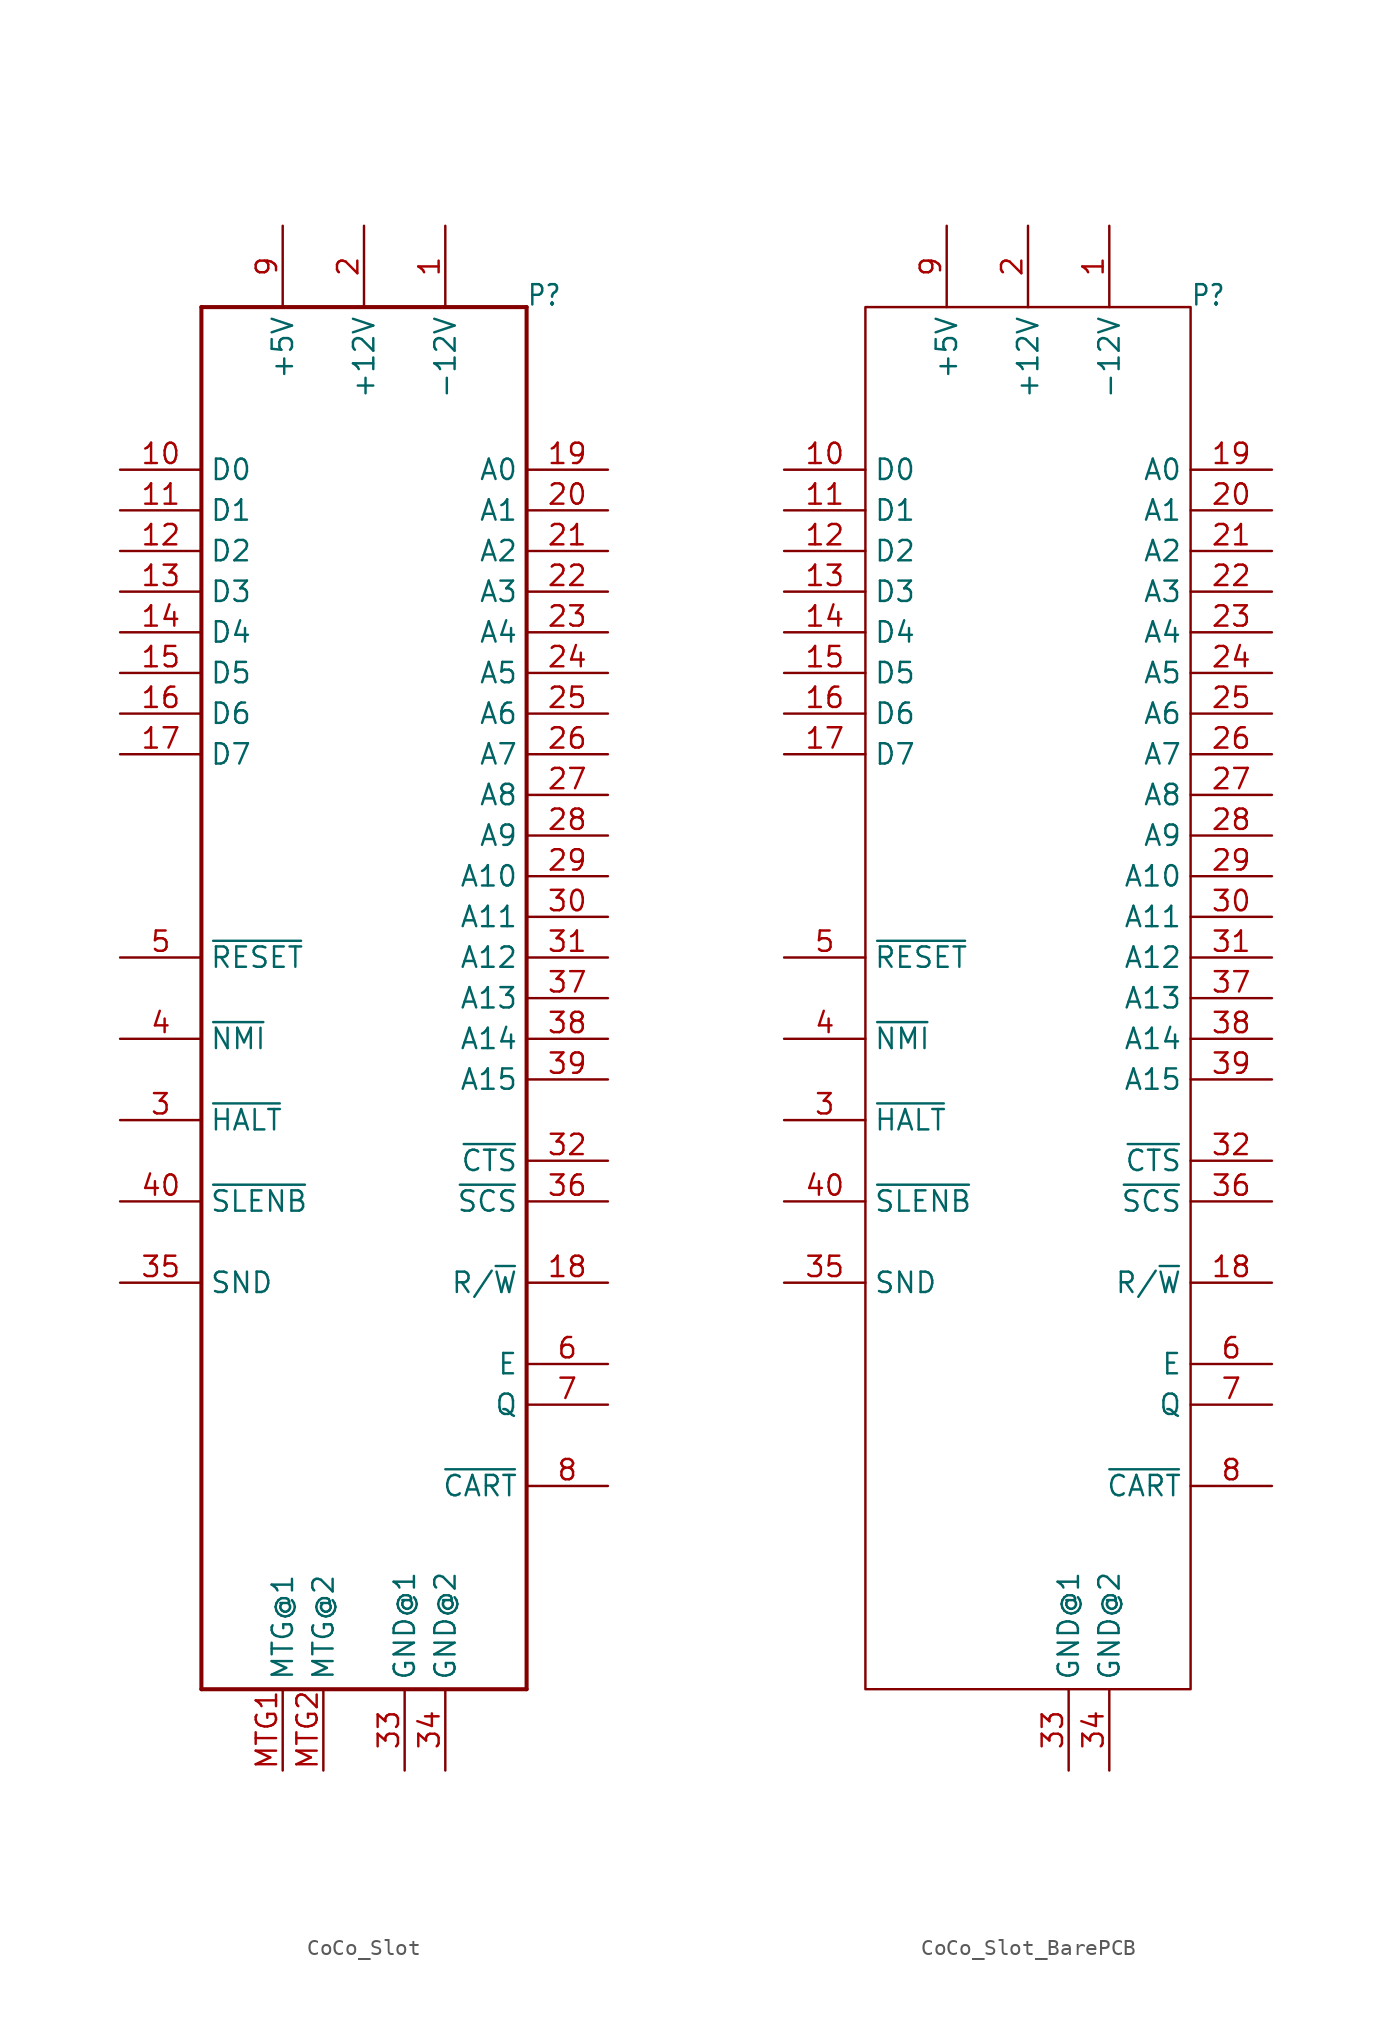
<source format=kicad_sym>
(kicad_symbol_lib
  (version 20211014)
  (generator kicad_symbol_editor)
  (symbol "CoCo_Slot"
    (property "Reference" "P"
      (at 10.16 40.64 0)
      (effects (font (size 1.27 1.079)) (justify left bottom)))
    (property "ki_locked" ""
      (at 0 0 0)
      (effects (font (size 1.27 1.27))))
    (symbol "CoCo_Slot_1_0"
      (polyline (pts (xy -10.16 -45.72) (xy -10.16 40.64)) (stroke (width 0.254) (type default) (color 0 0 0 0)) (fill (type none)))
      (polyline (pts (xy -10.16 40.64) (xy 10.16 40.64)) (stroke (width 0.254) (type default) (color 0 0 0 0)) (fill (type none)))
      (polyline (pts (xy 10.16 -45.72) (xy -10.16 -45.72)) (stroke (width 0.254) (type default) (color 0 0 0 0)) (fill (type none)))
      (polyline (pts (xy 10.16 40.64) (xy 10.16 -45.72)) (stroke (width 0.254) (type default) (color 0 0 0 0)) (fill (type none)))
      (pin passive line (at 5.08 45.72 270) (length 5.08) (name "-12V" (effects (font (size 1.27 1.27)))) (number "1" (effects (font (size 1.27 1.27)))))
      (pin bidirectional line (at -15.24 30.48 0) (length 5.08) (name "D0" (effects (font (size 1.27 1.27)))) (number "10" (effects (font (size 1.27 1.27)))))
      (pin bidirectional line (at -15.24 27.94 0) (length 5.08) (name "D1" (effects (font (size 1.27 1.27)))) (number "11" (effects (font (size 1.27 1.27)))))
      (pin bidirectional line (at -15.24 25.4 0) (length 5.08) (name "D2" (effects (font (size 1.27 1.27)))) (number "12" (effects (font (size 1.27 1.27)))))
      (pin bidirectional line (at -15.24 22.86 0) (length 5.08) (name "D3" (effects (font (size 1.27 1.27)))) (number "13" (effects (font (size 1.27 1.27)))))
      (pin bidirectional line (at -15.24 20.32 0) (length 5.08) (name "D4" (effects (font (size 1.27 1.27)))) (number "14" (effects (font (size 1.27 1.27)))))
      (pin bidirectional line (at -15.24 17.78 0) (length 5.08) (name "D5" (effects (font (size 1.27 1.27)))) (number "15" (effects (font (size 1.27 1.27)))))
      (pin bidirectional line (at -15.24 15.24 0) (length 5.08) (name "D6" (effects (font (size 1.27 1.27)))) (number "16" (effects (font (size 1.27 1.27)))))
      (pin bidirectional line (at -15.24 12.7 0) (length 5.08) (name "D7" (effects (font (size 1.27 1.27)))) (number "17" (effects (font (size 1.27 1.27)))))
      (pin output line (at 15.24 -20.32 180) (length 5.08) (name "R/~{W}" (effects (font (size 1.27 1.27)))) (number "18" (effects (font (size 1.27 1.27)))))
      (pin output line (at 15.24 30.48 180) (length 5.08) (name "A0" (effects (font (size 1.27 1.27)))) (number "19" (effects (font (size 1.27 1.27)))))
      (pin passive line (at 0 45.72 270) (length 5.08) (name "+12V" (effects (font (size 1.27 1.27)))) (number "2" (effects (font (size 1.27 1.27)))))
      (pin output line (at 15.24 27.94 180) (length 5.08) (name "A1" (effects (font (size 1.27 1.27)))) (number "20" (effects (font (size 1.27 1.27)))))
      (pin output line (at 15.24 25.4 180) (length 5.08) (name "A2" (effects (font (size 1.27 1.27)))) (number "21" (effects (font (size 1.27 1.27)))))
      (pin output line (at 15.24 22.86 180) (length 5.08) (name "A3" (effects (font (size 1.27 1.27)))) (number "22" (effects (font (size 1.27 1.27)))))
      (pin output line (at 15.24 20.32 180) (length 5.08) (name "A4" (effects (font (size 1.27 1.27)))) (number "23" (effects (font (size 1.27 1.27)))))
      (pin output line (at 15.24 17.78 180) (length 5.08) (name "A5" (effects (font (size 1.27 1.27)))) (number "24" (effects (font (size 1.27 1.27)))))
      (pin output line (at 15.24 15.24 180) (length 5.08) (name "A6" (effects (font (size 1.27 1.27)))) (number "25" (effects (font (size 1.27 1.27)))))
      (pin output line (at 15.24 12.7 180) (length 5.08) (name "A7" (effects (font (size 1.27 1.27)))) (number "26" (effects (font (size 1.27 1.27)))))
      (pin output line (at 15.24 10.16 180) (length 5.08) (name "A8" (effects (font (size 1.27 1.27)))) (number "27" (effects (font (size 1.27 1.27)))))
      (pin output line (at 15.24 7.62 180) (length 5.08) (name "A9" (effects (font (size 1.27 1.27)))) (number "28" (effects (font (size 1.27 1.27)))))
      (pin output line (at 15.24 5.08 180) (length 5.08) (name "A10" (effects (font (size 1.27 1.27)))) (number "29" (effects (font (size 1.27 1.27)))))
      (pin bidirectional line (at -15.24 -10.16 0) (length 5.08) (name "~{HALT}" (effects (font (size 1.27 1.27)))) (number "3" (effects (font (size 1.27 1.27)))))
      (pin output line (at 15.24 2.54 180) (length 5.08) (name "A11" (effects (font (size 1.27 1.27)))) (number "30" (effects (font (size 1.27 1.27)))))
      (pin output line (at 15.24 0 180) (length 5.08) (name "A12" (effects (font (size 1.27 1.27)))) (number "31" (effects (font (size 1.27 1.27)))))
      (pin output line (at 15.24 -12.7 180) (length 5.08) (name "~{CTS}" (effects (font (size 1.27 1.27)))) (number "32" (effects (font (size 1.27 1.27)))))
      (pin passive line (at 2.54 -50.8 90) (length 5.08) (name "GND@1" (effects (font (size 1.27 1.27)))) (number "33" (effects (font (size 1.27 1.27)))))
      (pin passive line (at 5.08 -50.8 90) (length 5.08) (name "GND@2" (effects (font (size 1.27 1.27)))) (number "34" (effects (font (size 1.27 1.27)))))
      (pin bidirectional line (at -15.24 -20.32 0) (length 5.08) (name "SND" (effects (font (size 1.27 1.27)))) (number "35" (effects (font (size 1.27 1.27)))))
      (pin output line (at 15.24 -15.24 180) (length 5.08) (name "~{SCS}" (effects (font (size 1.27 1.27)))) (number "36" (effects (font (size 1.27 1.27)))))
      (pin output line (at 15.24 -2.54 180) (length 5.08) (name "A13" (effects (font (size 1.27 1.27)))) (number "37" (effects (font (size 1.27 1.27)))))
      (pin output line (at 15.24 -5.08 180) (length 5.08) (name "A14" (effects (font (size 1.27 1.27)))) (number "38" (effects (font (size 1.27 1.27)))))
      (pin output line (at 15.24 -7.62 180) (length 5.08) (name "A15" (effects (font (size 1.27 1.27)))) (number "39" (effects (font (size 1.27 1.27)))))
      (pin bidirectional line (at -15.24 -5.08 0) (length 5.08) (name "~{NMI}" (effects (font (size 1.27 1.27)))) (number "4" (effects (font (size 1.27 1.27)))))
      (pin input line (at -15.24 -15.24 0) (length 5.08) (name "~{SLENB}" (effects (font (size 1.27 1.27)))) (number "40" (effects (font (size 1.27 1.27)))))
      (pin bidirectional line (at -15.24 0 0) (length 5.08) (name "~{RESET}" (effects (font (size 1.27 1.27)))) (number "5" (effects (font (size 1.27 1.27)))))
      (pin output line (at 15.24 -25.4 180) (length 5.08) (name "E" (effects (font (size 1.27 1.27)))) (number "6" (effects (font (size 1.27 1.27)))))
      (pin output line (at 15.24 -27.94 180) (length 5.08) (name "Q" (effects (font (size 1.27 1.27)))) (number "7" (effects (font (size 1.27 1.27)))))
      (pin input line (at 15.24 -33.02 180) (length 5.08) (name "~{CART}" (effects (font (size 1.27 1.27)))) (number "8" (effects (font (size 1.27 1.27)))))
      (pin passive line (at -5.08 45.72 270) (length 5.08) (name "+5V" (effects (font (size 1.27 1.27)))) (number "9" (effects (font (size 1.27 1.27)))))
      (pin passive line (at -5.08 -50.8 90) (length 5.08) (name "MTG@1" (effects (font (size 1.27 1.27)))) (number "MTG1" (effects (font (size 1.27 1.27)))))
      (pin passive line (at -2.54 -50.8 90) (length 5.08) (name "MTG@2" (effects (font (size 1.27 1.27)))) (number "MTG2" (effects (font (size 1.27 1.27)))))))
  (symbol "CoCo_Slot_BarePCB"
    (property "Reference" "P"
      (at 10.16 40.64 0)
      (effects (font (size 1.27 1.079)) (justify left bottom)))
    (property "ki_locked" ""
      (at 0 0 0)
      (effects (font (size 1.27 1.27))))
    (symbol "CoCo_Slot_BarePCB_1_0"
      (rectangle (start -10.16 40.64) (end 10.16 -45.72) (stroke (width 0) (type default) (color 0 0 0 0)) (fill (type none)))
      (pin passive line (at 5.08 45.72 270) (length 5.08) (name "-12V" (effects (font (size 1.27 1.27)))) (number "1" (effects (font (size 1.27 1.27)))))
      (pin bidirectional line (at -15.24 30.48 0) (length 5.08) (name "D0" (effects (font (size 1.27 1.27)))) (number "10" (effects (font (size 1.27 1.27)))))
      (pin bidirectional line (at -15.24 27.94 0) (length 5.08) (name "D1" (effects (font (size 1.27 1.27)))) (number "11" (effects (font (size 1.27 1.27)))))
      (pin bidirectional line (at -15.24 25.4 0) (length 5.08) (name "D2" (effects (font (size 1.27 1.27)))) (number "12" (effects (font (size 1.27 1.27)))))
      (pin bidirectional line (at -15.24 22.86 0) (length 5.08) (name "D3" (effects (font (size 1.27 1.27)))) (number "13" (effects (font (size 1.27 1.27)))))
      (pin bidirectional line (at -15.24 20.32 0) (length 5.08) (name "D4" (effects (font (size 1.27 1.27)))) (number "14" (effects (font (size 1.27 1.27)))))
      (pin bidirectional line (at -15.24 17.78 0) (length 5.08) (name "D5" (effects (font (size 1.27 1.27)))) (number "15" (effects (font (size 1.27 1.27)))))
      (pin bidirectional line (at -15.24 15.24 0) (length 5.08) (name "D6" (effects (font (size 1.27 1.27)))) (number "16" (effects (font (size 1.27 1.27)))))
      (pin bidirectional line (at -15.24 12.7 0) (length 5.08) (name "D7" (effects (font (size 1.27 1.27)))) (number "17" (effects (font (size 1.27 1.27)))))
      (pin output line (at 15.24 -20.32 180) (length 5.08) (name "R/~{W}" (effects (font (size 1.27 1.27)))) (number "18" (effects (font (size 1.27 1.27)))))
      (pin output line (at 15.24 30.48 180) (length 5.08) (name "A0" (effects (font (size 1.27 1.27)))) (number "19" (effects (font (size 1.27 1.27)))))
      (pin passive line (at 0 45.72 270) (length 5.08) (name "+12V" (effects (font (size 1.27 1.27)))) (number "2" (effects (font (size 1.27 1.27)))))
      (pin output line (at 15.24 27.94 180) (length 5.08) (name "A1" (effects (font (size 1.27 1.27)))) (number "20" (effects (font (size 1.27 1.27)))))
      (pin output line (at 15.24 25.4 180) (length 5.08) (name "A2" (effects (font (size 1.27 1.27)))) (number "21" (effects (font (size 1.27 1.27)))))
      (pin output line (at 15.24 22.86 180) (length 5.08) (name "A3" (effects (font (size 1.27 1.27)))) (number "22" (effects (font (size 1.27 1.27)))))
      (pin output line (at 15.24 20.32 180) (length 5.08) (name "A4" (effects (font (size 1.27 1.27)))) (number "23" (effects (font (size 1.27 1.27)))))
      (pin output line (at 15.24 17.78 180) (length 5.08) (name "A5" (effects (font (size 1.27 1.27)))) (number "24" (effects (font (size 1.27 1.27)))))
      (pin output line (at 15.24 15.24 180) (length 5.08) (name "A6" (effects (font (size 1.27 1.27)))) (number "25" (effects (font (size 1.27 1.27)))))
      (pin output line (at 15.24 12.7 180) (length 5.08) (name "A7" (effects (font (size 1.27 1.27)))) (number "26" (effects (font (size 1.27 1.27)))))
      (pin output line (at 15.24 10.16 180) (length 5.08) (name "A8" (effects (font (size 1.27 1.27)))) (number "27" (effects (font (size 1.27 1.27)))))
      (pin output line (at 15.24 7.62 180) (length 5.08) (name "A9" (effects (font (size 1.27 1.27)))) (number "28" (effects (font (size 1.27 1.27)))))
      (pin output line (at 15.24 5.08 180) (length 5.08) (name "A10" (effects (font (size 1.27 1.27)))) (number "29" (effects (font (size 1.27 1.27)))))
      (pin bidirectional line (at -15.24 -10.16 0) (length 5.08) (name "~{HALT}" (effects (font (size 1.27 1.27)))) (number "3" (effects (font (size 1.27 1.27)))))
      (pin output line (at 15.24 2.54 180) (length 5.08) (name "A11" (effects (font (size 1.27 1.27)))) (number "30" (effects (font (size 1.27 1.27)))))
      (pin output line (at 15.24 0 180) (length 5.08) (name "A12" (effects (font (size 1.27 1.27)))) (number "31" (effects (font (size 1.27 1.27)))))
      (pin output line (at 15.24 -12.7 180) (length 5.08) (name "~{CTS}" (effects (font (size 1.27 1.27)))) (number "32" (effects (font (size 1.27 1.27)))))
      (pin passive line (at 2.54 -50.8 90) (length 5.08) (name "GND@1" (effects (font (size 1.27 1.27)))) (number "33" (effects (font (size 1.27 1.27)))))
      (pin passive line (at 5.08 -50.8 90) (length 5.08) (name "GND@2" (effects (font (size 1.27 1.27)))) (number "34" (effects (font (size 1.27 1.27)))))
      (pin bidirectional line (at -15.24 -20.32 0) (length 5.08) (name "SND" (effects (font (size 1.27 1.27)))) (number "35" (effects (font (size 1.27 1.27)))))
      (pin output line (at 15.24 -15.24 180) (length 5.08) (name "~{SCS}" (effects (font (size 1.27 1.27)))) (number "36" (effects (font (size 1.27 1.27)))))
      (pin output line (at 15.24 -2.54 180) (length 5.08) (name "A13" (effects (font (size 1.27 1.27)))) (number "37" (effects (font (size 1.27 1.27)))))
      (pin output line (at 15.24 -5.08 180) (length 5.08) (name "A14" (effects (font (size 1.27 1.27)))) (number "38" (effects (font (size 1.27 1.27)))))
      (pin output line (at 15.24 -7.62 180) (length 5.08) (name "A15" (effects (font (size 1.27 1.27)))) (number "39" (effects (font (size 1.27 1.27)))))
      (pin bidirectional line (at -15.24 -5.08 0) (length 5.08) (name "~{NMI}" (effects (font (size 1.27 1.27)))) (number "4" (effects (font (size 1.27 1.27)))))
      (pin input line (at -15.24 -15.24 0) (length 5.08) (name "~{SLENB}" (effects (font (size 1.27 1.27)))) (number "40" (effects (font (size 1.27 1.27)))))
      (pin bidirectional line (at -15.24 0 0) (length 5.08) (name "~{RESET}" (effects (font (size 1.27 1.27)))) (number "5" (effects (font (size 1.27 1.27)))))
      (pin output line (at 15.24 -25.4 180) (length 5.08) (name "E" (effects (font (size 1.27 1.27)))) (number "6" (effects (font (size 1.27 1.27)))))
      (pin output line (at 15.24 -27.94 180) (length 5.08) (name "Q" (effects (font (size 1.27 1.27)))) (number "7" (effects (font (size 1.27 1.27)))))
      (pin input line (at 15.24 -33.02 180) (length 5.08) (name "~{CART}" (effects (font (size 1.27 1.27)))) (number "8" (effects (font (size 1.27 1.27)))))
      (pin passive line (at -5.08 45.72 270) (length 5.08) (name "+5V" (effects (font (size 1.27 1.27)))) (number "9" (effects (font (size 1.27 1.27))))))))
</source>
